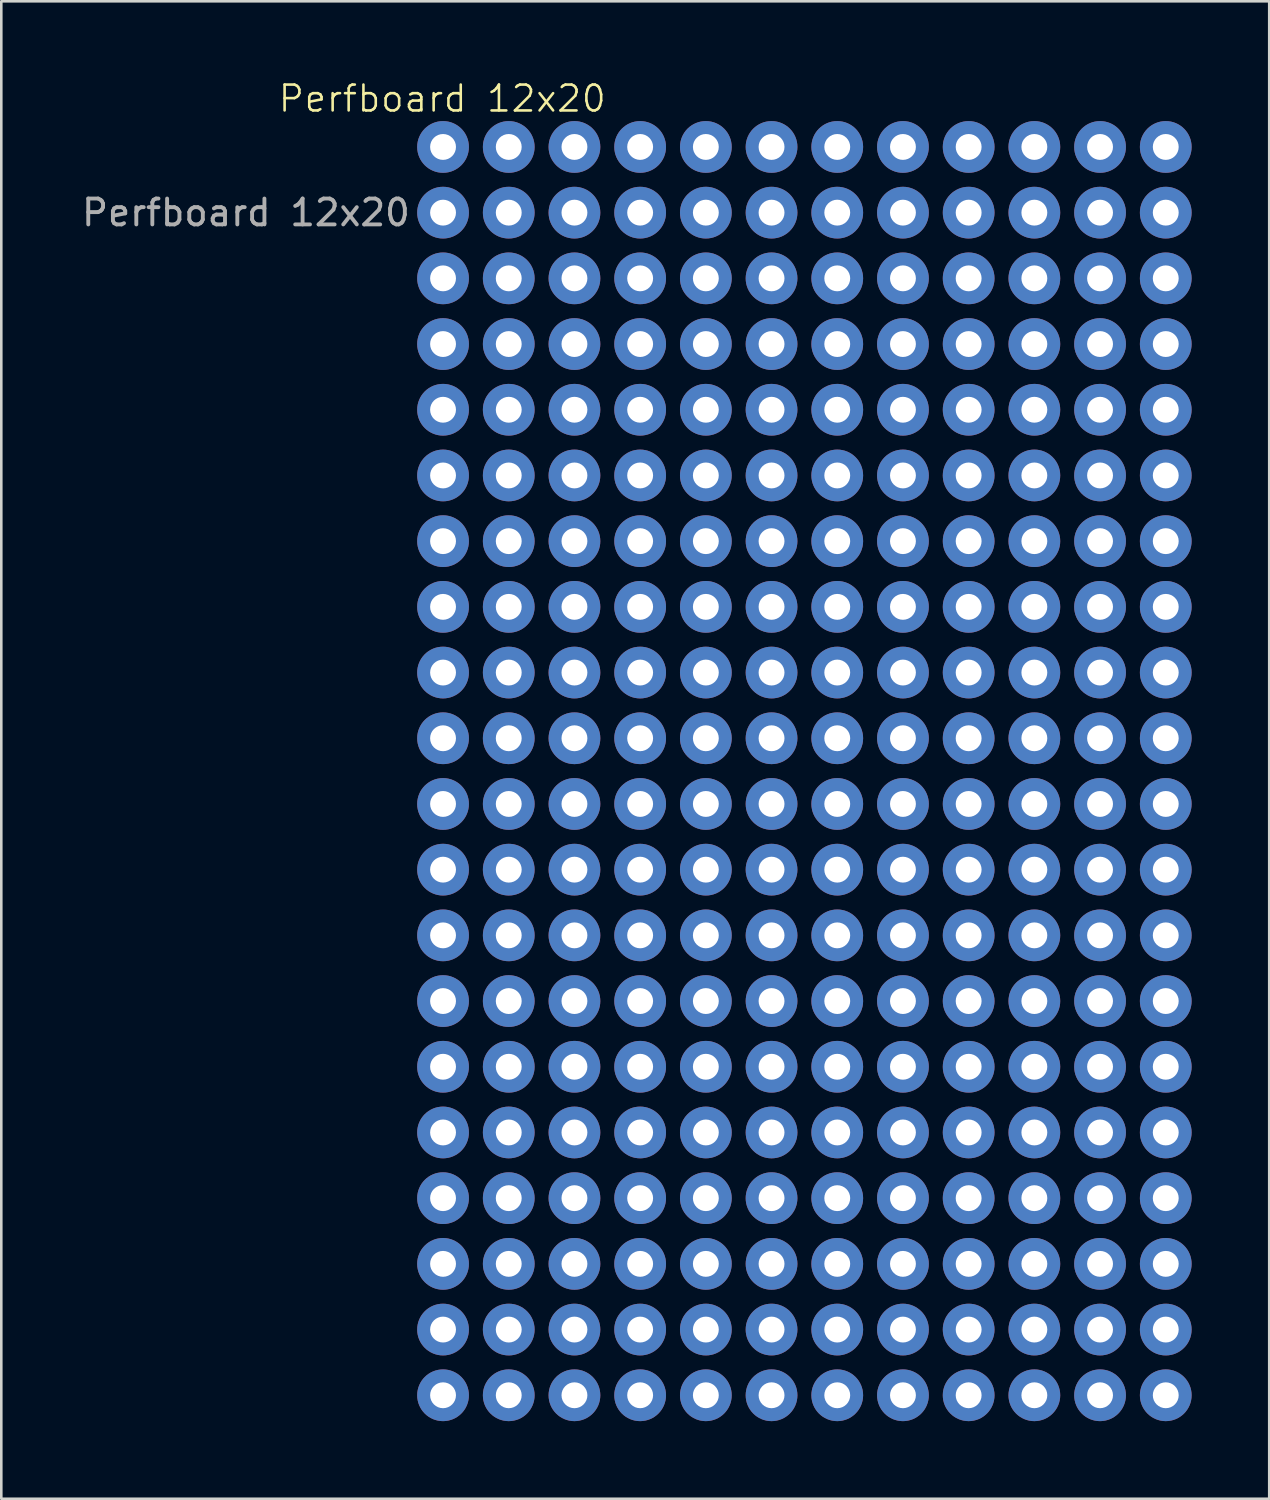
<source format=kicad_pcb>
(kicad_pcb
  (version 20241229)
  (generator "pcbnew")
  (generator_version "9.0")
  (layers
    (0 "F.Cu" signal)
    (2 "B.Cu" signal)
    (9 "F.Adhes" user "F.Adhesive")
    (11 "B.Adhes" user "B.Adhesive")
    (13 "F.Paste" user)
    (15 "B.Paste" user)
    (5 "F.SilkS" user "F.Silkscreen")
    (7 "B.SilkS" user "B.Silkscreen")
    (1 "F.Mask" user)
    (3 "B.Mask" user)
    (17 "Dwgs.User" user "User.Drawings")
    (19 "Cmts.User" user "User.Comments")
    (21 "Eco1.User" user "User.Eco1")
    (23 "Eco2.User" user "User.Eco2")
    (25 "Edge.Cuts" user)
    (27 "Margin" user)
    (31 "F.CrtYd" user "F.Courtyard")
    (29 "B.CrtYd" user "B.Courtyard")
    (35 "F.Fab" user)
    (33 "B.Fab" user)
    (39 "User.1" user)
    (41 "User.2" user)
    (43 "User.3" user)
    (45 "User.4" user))
  (footprint "Perfboard 12x20"
    (layer "F.Cu")
    (at 14.078 2.631)
    (property "Reference" "Perfboard 12x20" (at -0.03 -1.87 0) (unlocked yes) (layer "F.SilkS") (effects (font (size 1 1) (thickness 0.1))))
    (attr smd)
    (fp_text user "${REFERENCE}" (at -7.62 2.54 0) (unlocked yes) (layer "F.Fab") (effects (font (size 1 1) (thickness 0.15))))
    (pad "" thru_hole circle (at 0 0) (size 2 2) (drill 1) (layers "*.Cu" "*.Mask"))
    (pad "" thru_hole circle (at 0 2.54) (size 2 2) (drill 1) (layers "*.Cu" "*.Mask"))
    (pad "" thru_hole circle (at 0 5.08) (size 2 2) (drill 1) (layers "*.Cu" "*.Mask"))
    (pad "" thru_hole circle (at 0 7.62) (size 2 2) (drill 1) (layers "*.Cu" "*.Mask"))
    (pad "" thru_hole circle (at 0 10.16) (size 2 2) (drill 1) (layers "*.Cu" "*.Mask"))
    (pad "" thru_hole circle (at 0 12.7) (size 2 2) (drill 1) (layers "*.Cu" "*.Mask"))
    (pad "" thru_hole circle (at 0 15.24) (size 2 2) (drill 1) (layers "*.Cu" "*.Mask"))
    (pad "" thru_hole circle (at 0 17.78) (size 2 2) (drill 1) (layers "*.Cu" "*.Mask"))
    (pad "" thru_hole circle (at 0 20.32) (size 2 2) (drill 1) (layers "*.Cu" "*.Mask"))
    (pad "" thru_hole circle (at 0 22.86) (size 2 2) (drill 1) (layers "*.Cu" "*.Mask"))
    (pad "" thru_hole circle (at 0 25.4) (size 2 2) (drill 1) (layers "*.Cu" "*.Mask"))
    (pad "" thru_hole circle (at 0 27.94) (size 2 2) (drill 1) (layers "*.Cu" "*.Mask"))
    (pad "" thru_hole circle (at 0 30.48) (size 2 2) (drill 1) (layers "*.Cu" "*.Mask"))
    (pad "" thru_hole circle (at 0 33.02) (size 2 2) (drill 1) (layers "*.Cu" "*.Mask"))
    (pad "" thru_hole circle (at 0 35.56) (size 2 2) (drill 1) (layers "*.Cu" "*.Mask"))
    (pad "" thru_hole circle (at 0 38.1) (size 2 2) (drill 1) (layers "*.Cu" "*.Mask"))
    (pad "" thru_hole circle (at 0 40.64) (size 2 2) (drill 1) (layers "*.Cu" "*.Mask"))
    (pad "" thru_hole circle (at 0 43.18) (size 2 2) (drill 1) (layers "*.Cu" "*.Mask"))
    (pad "" thru_hole circle (at 0 45.72) (size 2 2) (drill 1) (layers "*.Cu" "*.Mask"))
    (pad "" thru_hole circle (at 0 48.26) (size 2 2) (drill 1) (layers "*.Cu" "*.Mask"))
    (pad "" thru_hole circle (at 2.54 0) (size 2 2) (drill 1) (layers "*.Cu" "*.Mask"))
    (pad "" thru_hole circle (at 2.54 2.54) (size 2 2) (drill 1) (layers "*.Cu" "*.Mask"))
    (pad "" thru_hole circle (at 2.54 5.08) (size 2 2) (drill 1) (layers "*.Cu" "*.Mask"))
    (pad "" thru_hole circle (at 2.54 7.62) (size 2 2) (drill 1) (layers "*.Cu" "*.Mask"))
    (pad "" thru_hole circle (at 2.54 10.16) (size 2 2) (drill 1) (layers "*.Cu" "*.Mask"))
    (pad "" thru_hole circle (at 2.54 12.7) (size 2 2) (drill 1) (layers "*.Cu" "*.Mask"))
    (pad "" thru_hole circle (at 2.54 15.24) (size 2 2) (drill 1) (layers "*.Cu" "*.Mask"))
    (pad "" thru_hole circle (at 2.54 17.78) (size 2 2) (drill 1) (layers "*.Cu" "*.Mask"))
    (pad "" thru_hole circle (at 2.54 20.32) (size 2 2) (drill 1) (layers "*.Cu" "*.Mask"))
    (pad "" thru_hole circle (at 2.54 22.86) (size 2 2) (drill 1) (layers "*.Cu" "*.Mask"))
    (pad "" thru_hole circle (at 2.54 25.4) (size 2 2) (drill 1) (layers "*.Cu" "*.Mask"))
    (pad "" thru_hole circle (at 2.54 27.94) (size 2 2) (drill 1) (layers "*.Cu" "*.Mask"))
    (pad "" thru_hole circle (at 2.54 30.48) (size 2 2) (drill 1) (layers "*.Cu" "*.Mask"))
    (pad "" thru_hole circle (at 2.54 33.02) (size 2 2) (drill 1) (layers "*.Cu" "*.Mask"))
    (pad "" thru_hole circle (at 2.54 35.56) (size 2 2) (drill 1) (layers "*.Cu" "*.Mask"))
    (pad "" thru_hole circle (at 2.54 38.1) (size 2 2) (drill 1) (layers "*.Cu" "*.Mask"))
    (pad "" thru_hole circle (at 2.54 40.64) (size 2 2) (drill 1) (layers "*.Cu" "*.Mask"))
    (pad "" thru_hole circle (at 2.54 43.18) (size 2 2) (drill 1) (layers "*.Cu" "*.Mask"))
    (pad "" thru_hole circle (at 2.54 45.72) (size 2 2) (drill 1) (layers "*.Cu" "*.Mask"))
    (pad "" thru_hole circle (at 2.54 48.26) (size 2 2) (drill 1) (layers "*.Cu" "*.Mask"))
    (pad "" thru_hole circle (at 5.08 0) (size 2 2) (drill 1) (layers "*.Cu" "*.Mask"))
    (pad "" thru_hole circle (at 5.08 2.54) (size 2 2) (drill 1) (layers "*.Cu" "*.Mask"))
    (pad "" thru_hole circle (at 5.08 5.08) (size 2 2) (drill 1) (layers "*.Cu" "*.Mask"))
    (pad "" thru_hole circle (at 5.08 7.62) (size 2 2) (drill 1) (layers "*.Cu" "*.Mask"))
    (pad "" thru_hole circle (at 5.08 10.16) (size 2 2) (drill 1) (layers "*.Cu" "*.Mask"))
    (pad "" thru_hole circle (at 5.08 12.7) (size 2 2) (drill 1) (layers "*.Cu" "*.Mask"))
    (pad "" thru_hole circle (at 5.08 15.24) (size 2 2) (drill 1) (layers "*.Cu" "*.Mask"))
    (pad "" thru_hole circle (at 5.08 17.78) (size 2 2) (drill 1) (layers "*.Cu" "*.Mask"))
    (pad "" thru_hole circle (at 5.08 20.32) (size 2 2) (drill 1) (layers "*.Cu" "*.Mask"))
    (pad "" thru_hole circle (at 5.08 22.86) (size 2 2) (drill 1) (layers "*.Cu" "*.Mask"))
    (pad "" thru_hole circle (at 5.08 25.4) (size 2 2) (drill 1) (layers "*.Cu" "*.Mask"))
    (pad "" thru_hole circle (at 5.08 27.94) (size 2 2) (drill 1) (layers "*.Cu" "*.Mask"))
    (pad "" thru_hole circle (at 5.08 30.48) (size 2 2) (drill 1) (layers "*.Cu" "*.Mask"))
    (pad "" thru_hole circle (at 5.08 33.02) (size 2 2) (drill 1) (layers "*.Cu" "*.Mask"))
    (pad "" thru_hole circle (at 5.08 35.56) (size 2 2) (drill 1) (layers "*.Cu" "*.Mask"))
    (pad "" thru_hole circle (at 5.08 38.1) (size 2 2) (drill 1) (layers "*.Cu" "*.Mask"))
    (pad "" thru_hole circle (at 5.08 40.64) (size 2 2) (drill 1) (layers "*.Cu" "*.Mask"))
    (pad "" thru_hole circle (at 5.08 43.18) (size 2 2) (drill 1) (layers "*.Cu" "*.Mask"))
    (pad "" thru_hole circle (at 5.08 45.72) (size 2 2) (drill 1) (layers "*.Cu" "*.Mask"))
    (pad "" thru_hole circle (at 5.08 48.26) (size 2 2) (drill 1) (layers "*.Cu" "*.Mask"))
    (pad "" thru_hole circle (at 7.62 0) (size 2 2) (drill 1) (layers "*.Cu" "*.Mask"))
    (pad "" thru_hole circle (at 7.62 2.54) (size 2 2) (drill 1) (layers "*.Cu" "*.Mask"))
    (pad "" thru_hole circle (at 7.62 5.08) (size 2 2) (drill 1) (layers "*.Cu" "*.Mask"))
    (pad "" thru_hole circle (at 7.62 7.62) (size 2 2) (drill 1) (layers "*.Cu" "*.Mask"))
    (pad "" thru_hole circle (at 7.62 10.16) (size 2 2) (drill 1) (layers "*.Cu" "*.Mask"))
    (pad "" thru_hole circle (at 7.62 12.7) (size 2 2) (drill 1) (layers "*.Cu" "*.Mask"))
    (pad "" thru_hole circle (at 7.62 15.24) (size 2 2) (drill 1) (layers "*.Cu" "*.Mask"))
    (pad "" thru_hole circle (at 7.62 17.78) (size 2 2) (drill 1) (layers "*.Cu" "*.Mask"))
    (pad "" thru_hole circle (at 7.62 20.32) (size 2 2) (drill 1) (layers "*.Cu" "*.Mask"))
    (pad "" thru_hole circle (at 7.62 22.86) (size 2 2) (drill 1) (layers "*.Cu" "*.Mask"))
    (pad "" thru_hole circle (at 7.62 25.4) (size 2 2) (drill 1) (layers "*.Cu" "*.Mask"))
    (pad "" thru_hole circle (at 7.62 27.94) (size 2 2) (drill 1) (layers "*.Cu" "*.Mask"))
    (pad "" thru_hole circle (at 7.62 30.48) (size 2 2) (drill 1) (layers "*.Cu" "*.Mask"))
    (pad "" thru_hole circle (at 7.62 33.02) (size 2 2) (drill 1) (layers "*.Cu" "*.Mask"))
    (pad "" thru_hole circle (at 7.62 35.56) (size 2 2) (drill 1) (layers "*.Cu" "*.Mask"))
    (pad "" thru_hole circle (at 7.62 38.1) (size 2 2) (drill 1) (layers "*.Cu" "*.Mask"))
    (pad "" thru_hole circle (at 7.62 40.64) (size 2 2) (drill 1) (layers "*.Cu" "*.Mask"))
    (pad "" thru_hole circle (at 7.62 43.18) (size 2 2) (drill 1) (layers "*.Cu" "*.Mask"))
    (pad "" thru_hole circle (at 7.62 45.72) (size 2 2) (drill 1) (layers "*.Cu" "*.Mask"))
    (pad "" thru_hole circle (at 7.62 48.26) (size 2 2) (drill 1) (layers "*.Cu" "*.Mask"))
    (pad "" thru_hole circle (at 10.16 0) (size 2 2) (drill 1) (layers "*.Cu" "*.Mask"))
    (pad "" thru_hole circle (at 10.16 2.54) (size 2 2) (drill 1) (layers "*.Cu" "*.Mask"))
    (pad "" thru_hole circle (at 10.16 5.08) (size 2 2) (drill 1) (layers "*.Cu" "*.Mask"))
    (pad "" thru_hole circle (at 10.16 7.62) (size 2 2) (drill 1) (layers "*.Cu" "*.Mask"))
    (pad "" thru_hole circle (at 10.16 10.16) (size 2 2) (drill 1) (layers "*.Cu" "*.Mask"))
    (pad "" thru_hole circle (at 10.16 12.7) (size 2 2) (drill 1) (layers "*.Cu" "*.Mask"))
    (pad "" thru_hole circle (at 10.16 15.24) (size 2 2) (drill 1) (layers "*.Cu" "*.Mask"))
    (pad "" thru_hole circle (at 10.16 17.78) (size 2 2) (drill 1) (layers "*.Cu" "*.Mask"))
    (pad "" thru_hole circle (at 10.16 20.32) (size 2 2) (drill 1) (layers "*.Cu" "*.Mask"))
    (pad "" thru_hole circle (at 10.16 22.86) (size 2 2) (drill 1) (layers "*.Cu" "*.Mask"))
    (pad "" thru_hole circle (at 10.16 25.4) (size 2 2) (drill 1) (layers "*.Cu" "*.Mask"))
    (pad "" thru_hole circle (at 10.16 27.94) (size 2 2) (drill 1) (layers "*.Cu" "*.Mask"))
    (pad "" thru_hole circle (at 10.16 30.48) (size 2 2) (drill 1) (layers "*.Cu" "*.Mask"))
    (pad "" thru_hole circle (at 10.16 33.02) (size 2 2) (drill 1) (layers "*.Cu" "*.Mask"))
    (pad "" thru_hole circle (at 10.16 35.56) (size 2 2) (drill 1) (layers "*.Cu" "*.Mask"))
    (pad "" thru_hole circle (at 10.16 38.1) (size 2 2) (drill 1) (layers "*.Cu" "*.Mask"))
    (pad "" thru_hole circle (at 10.16 40.64) (size 2 2) (drill 1) (layers "*.Cu" "*.Mask"))
    (pad "" thru_hole circle (at 10.16 43.18) (size 2 2) (drill 1) (layers "*.Cu" "*.Mask"))
    (pad "" thru_hole circle (at 10.16 45.72) (size 2 2) (drill 1) (layers "*.Cu" "*.Mask"))
    (pad "" thru_hole circle (at 10.16 48.26) (size 2 2) (drill 1) (layers "*.Cu" "*.Mask"))
    (pad "" thru_hole circle (at 12.7 0) (size 2 2) (drill 1) (layers "*.Cu" "*.Mask"))
    (pad "" thru_hole circle (at 12.7 2.54) (size 2 2) (drill 1) (layers "*.Cu" "*.Mask"))
    (pad "" thru_hole circle (at 12.7 5.08) (size 2 2) (drill 1) (layers "*.Cu" "*.Mask"))
    (pad "" thru_hole circle (at 12.7 7.62) (size 2 2) (drill 1) (layers "*.Cu" "*.Mask"))
    (pad "" thru_hole circle (at 12.7 10.16) (size 2 2) (drill 1) (layers "*.Cu" "*.Mask"))
    (pad "" thru_hole circle (at 12.7 12.7) (size 2 2) (drill 1) (layers "*.Cu" "*.Mask"))
    (pad "" thru_hole circle (at 12.7 15.24) (size 2 2) (drill 1) (layers "*.Cu" "*.Mask"))
    (pad "" thru_hole circle (at 12.7 17.78) (size 2 2) (drill 1) (layers "*.Cu" "*.Mask"))
    (pad "" thru_hole circle (at 12.7 20.32) (size 2 2) (drill 1) (layers "*.Cu" "*.Mask"))
    (pad "" thru_hole circle (at 12.7 22.86) (size 2 2) (drill 1) (layers "*.Cu" "*.Mask"))
    (pad "" thru_hole circle (at 12.7 25.4) (size 2 2) (drill 1) (layers "*.Cu" "*.Mask"))
    (pad "" thru_hole circle (at 12.7 27.94) (size 2 2) (drill 1) (layers "*.Cu" "*.Mask"))
    (pad "" thru_hole circle (at 12.7 30.48) (size 2 2) (drill 1) (layers "*.Cu" "*.Mask"))
    (pad "" thru_hole circle (at 12.7 33.02) (size 2 2) (drill 1) (layers "*.Cu" "*.Mask"))
    (pad "" thru_hole circle (at 12.7 35.56) (size 2 2) (drill 1) (layers "*.Cu" "*.Mask"))
    (pad "" thru_hole circle (at 12.7 38.1) (size 2 2) (drill 1) (layers "*.Cu" "*.Mask"))
    (pad "" thru_hole circle (at 12.7 40.64) (size 2 2) (drill 1) (layers "*.Cu" "*.Mask"))
    (pad "" thru_hole circle (at 12.7 43.18) (size 2 2) (drill 1) (layers "*.Cu" "*.Mask"))
    (pad "" thru_hole circle (at 12.7 45.72) (size 2 2) (drill 1) (layers "*.Cu" "*.Mask"))
    (pad "" thru_hole circle (at 12.7 48.26) (size 2 2) (drill 1) (layers "*.Cu" "*.Mask"))
    (pad "" thru_hole circle (at 15.24 0) (size 2 2) (drill 1) (layers "*.Cu" "*.Mask"))
    (pad "" thru_hole circle (at 15.24 2.54) (size 2 2) (drill 1) (layers "*.Cu" "*.Mask"))
    (pad "" thru_hole circle (at 15.24 5.08) (size 2 2) (drill 1) (layers "*.Cu" "*.Mask"))
    (pad "" thru_hole circle (at 15.24 7.62) (size 2 2) (drill 1) (layers "*.Cu" "*.Mask"))
    (pad "" thru_hole circle (at 15.24 10.16) (size 2 2) (drill 1) (layers "*.Cu" "*.Mask"))
    (pad "" thru_hole circle (at 15.24 12.7) (size 2 2) (drill 1) (layers "*.Cu" "*.Mask"))
    (pad "" thru_hole circle (at 15.24 15.24) (size 2 2) (drill 1) (layers "*.Cu" "*.Mask"))
    (pad "" thru_hole circle (at 15.24 17.78) (size 2 2) (drill 1) (layers "*.Cu" "*.Mask"))
    (pad "" thru_hole circle (at 15.24 20.32) (size 2 2) (drill 1) (layers "*.Cu" "*.Mask"))
    (pad "" thru_hole circle (at 15.24 22.86) (size 2 2) (drill 1) (layers "*.Cu" "*.Mask"))
    (pad "" thru_hole circle (at 15.24 25.4) (size 2 2) (drill 1) (layers "*.Cu" "*.Mask"))
    (pad "" thru_hole circle (at 15.24 27.94) (size 2 2) (drill 1) (layers "*.Cu" "*.Mask"))
    (pad "" thru_hole circle (at 15.24 30.48) (size 2 2) (drill 1) (layers "*.Cu" "*.Mask"))
    (pad "" thru_hole circle (at 15.24 33.02) (size 2 2) (drill 1) (layers "*.Cu" "*.Mask"))
    (pad "" thru_hole circle (at 15.24 35.56) (size 2 2) (drill 1) (layers "*.Cu" "*.Mask"))
    (pad "" thru_hole circle (at 15.24 38.1) (size 2 2) (drill 1) (layers "*.Cu" "*.Mask"))
    (pad "" thru_hole circle (at 15.24 40.64) (size 2 2) (drill 1) (layers "*.Cu" "*.Mask"))
    (pad "" thru_hole circle (at 15.24 43.18) (size 2 2) (drill 1) (layers "*.Cu" "*.Mask"))
    (pad "" thru_hole circle (at 15.24 45.72) (size 2 2) (drill 1) (layers "*.Cu" "*.Mask"))
    (pad "" thru_hole circle (at 15.24 48.26) (size 2 2) (drill 1) (layers "*.Cu" "*.Mask"))
    (pad "" thru_hole circle (at 17.78 0) (size 2 2) (drill 1) (layers "*.Cu" "*.Mask"))
    (pad "" thru_hole circle (at 17.78 2.54) (size 2 2) (drill 1) (layers "*.Cu" "*.Mask"))
    (pad "" thru_hole circle (at 17.78 5.08) (size 2 2) (drill 1) (layers "*.Cu" "*.Mask"))
    (pad "" thru_hole circle (at 17.78 7.62) (size 2 2) (drill 1) (layers "*.Cu" "*.Mask"))
    (pad "" thru_hole circle (at 17.78 10.16) (size 2 2) (drill 1) (layers "*.Cu" "*.Mask"))
    (pad "" thru_hole circle (at 17.78 12.7) (size 2 2) (drill 1) (layers "*.Cu" "*.Mask"))
    (pad "" thru_hole circle (at 17.78 15.24) (size 2 2) (drill 1) (layers "*.Cu" "*.Mask"))
    (pad "" thru_hole circle (at 17.78 17.78) (size 2 2) (drill 1) (layers "*.Cu" "*.Mask"))
    (pad "" thru_hole circle (at 17.78 20.32) (size 2 2) (drill 1) (layers "*.Cu" "*.Mask"))
    (pad "" thru_hole circle (at 17.78 22.86) (size 2 2) (drill 1) (layers "*.Cu" "*.Mask"))
    (pad "" thru_hole circle (at 17.78 25.4) (size 2 2) (drill 1) (layers "*.Cu" "*.Mask"))
    (pad "" thru_hole circle (at 17.78 27.94) (size 2 2) (drill 1) (layers "*.Cu" "*.Mask"))
    (pad "" thru_hole circle (at 17.78 30.48) (size 2 2) (drill 1) (layers "*.Cu" "*.Mask"))
    (pad "" thru_hole circle (at 17.78 33.02) (size 2 2) (drill 1) (layers "*.Cu" "*.Mask"))
    (pad "" thru_hole circle (at 17.78 35.56) (size 2 2) (drill 1) (layers "*.Cu" "*.Mask"))
    (pad "" thru_hole circle (at 17.78 38.1) (size 2 2) (drill 1) (layers "*.Cu" "*.Mask"))
    (pad "" thru_hole circle (at 17.78 40.64) (size 2 2) (drill 1) (layers "*.Cu" "*.Mask"))
    (pad "" thru_hole circle (at 17.78 43.18) (size 2 2) (drill 1) (layers "*.Cu" "*.Mask"))
    (pad "" thru_hole circle (at 17.78 45.72) (size 2 2) (drill 1) (layers "*.Cu" "*.Mask"))
    (pad "" thru_hole circle (at 17.78 48.26) (size 2 2) (drill 1) (layers "*.Cu" "*.Mask"))
    (pad "" thru_hole circle (at 20.32 0) (size 2 2) (drill 1) (layers "*.Cu" "*.Mask"))
    (pad "" thru_hole circle (at 20.32 2.54) (size 2 2) (drill 1) (layers "*.Cu" "*.Mask"))
    (pad "" thru_hole circle (at 20.32 5.08) (size 2 2) (drill 1) (layers "*.Cu" "*.Mask"))
    (pad "" thru_hole circle (at 20.32 7.62) (size 2 2) (drill 1) (layers "*.Cu" "*.Mask"))
    (pad "" thru_hole circle (at 20.32 10.16) (size 2 2) (drill 1) (layers "*.Cu" "*.Mask"))
    (pad "" thru_hole circle (at 20.32 12.7) (size 2 2) (drill 1) (layers "*.Cu" "*.Mask"))
    (pad "" thru_hole circle (at 20.32 15.24) (size 2 2) (drill 1) (layers "*.Cu" "*.Mask"))
    (pad "" thru_hole circle (at 20.32 17.78) (size 2 2) (drill 1) (layers "*.Cu" "*.Mask"))
    (pad "" thru_hole circle (at 20.32 20.32) (size 2 2) (drill 1) (layers "*.Cu" "*.Mask"))
    (pad "" thru_hole circle (at 20.32 22.86) (size 2 2) (drill 1) (layers "*.Cu" "*.Mask"))
    (pad "" thru_hole circle (at 20.32 25.4) (size 2 2) (drill 1) (layers "*.Cu" "*.Mask"))
    (pad "" thru_hole circle (at 20.32 27.94) (size 2 2) (drill 1) (layers "*.Cu" "*.Mask"))
    (pad "" thru_hole circle (at 20.32 30.48) (size 2 2) (drill 1) (layers "*.Cu" "*.Mask"))
    (pad "" thru_hole circle (at 20.32 33.02) (size 2 2) (drill 1) (layers "*.Cu" "*.Mask"))
    (pad "" thru_hole circle (at 20.32 35.56) (size 2 2) (drill 1) (layers "*.Cu" "*.Mask"))
    (pad "" thru_hole circle (at 20.32 38.1) (size 2 2) (drill 1) (layers "*.Cu" "*.Mask"))
    (pad "" thru_hole circle (at 20.32 40.64) (size 2 2) (drill 1) (layers "*.Cu" "*.Mask"))
    (pad "" thru_hole circle (at 20.32 43.18) (size 2 2) (drill 1) (layers "*.Cu" "*.Mask"))
    (pad "" thru_hole circle (at 20.32 45.72) (size 2 2) (drill 1) (layers "*.Cu" "*.Mask"))
    (pad "" thru_hole circle (at 20.32 48.26) (size 2 2) (drill 1) (layers "*.Cu" "*.Mask"))
    (pad "" thru_hole circle (at 22.86 0) (size 2 2) (drill 1) (layers "*.Cu" "*.Mask"))
    (pad "" thru_hole circle (at 22.86 2.54) (size 2 2) (drill 1) (layers "*.Cu" "*.Mask"))
    (pad "" thru_hole circle (at 22.86 5.08) (size 2 2) (drill 1) (layers "*.Cu" "*.Mask"))
    (pad "" thru_hole circle (at 22.86 7.62) (size 2 2) (drill 1) (layers "*.Cu" "*.Mask"))
    (pad "" thru_hole circle (at 22.86 10.16) (size 2 2) (drill 1) (layers "*.Cu" "*.Mask"))
    (pad "" thru_hole circle (at 22.86 12.7) (size 2 2) (drill 1) (layers "*.Cu" "*.Mask"))
    (pad "" thru_hole circle (at 22.86 15.24) (size 2 2) (drill 1) (layers "*.Cu" "*.Mask"))
    (pad "" thru_hole circle (at 22.86 17.78) (size 2 2) (drill 1) (layers "*.Cu" "*.Mask"))
    (pad "" thru_hole circle (at 22.86 20.32) (size 2 2) (drill 1) (layers "*.Cu" "*.Mask"))
    (pad "" thru_hole circle (at 22.86 22.86) (size 2 2) (drill 1) (layers "*.Cu" "*.Mask"))
    (pad "" thru_hole circle (at 22.86 25.4) (size 2 2) (drill 1) (layers "*.Cu" "*.Mask"))
    (pad "" thru_hole circle (at 22.86 27.94) (size 2 2) (drill 1) (layers "*.Cu" "*.Mask"))
    (pad "" thru_hole circle (at 22.86 30.48) (size 2 2) (drill 1) (layers "*.Cu" "*.Mask"))
    (pad "" thru_hole circle (at 22.86 33.02) (size 2 2) (drill 1) (layers "*.Cu" "*.Mask"))
    (pad "" thru_hole circle (at 22.86 35.56) (size 2 2) (drill 1) (layers "*.Cu" "*.Mask"))
    (pad "" thru_hole circle (at 22.86 38.1) (size 2 2) (drill 1) (layers "*.Cu" "*.Mask"))
    (pad "" thru_hole circle (at 22.86 40.64) (size 2 2) (drill 1) (layers "*.Cu" "*.Mask"))
    (pad "" thru_hole circle (at 22.86 43.18) (size 2 2) (drill 1) (layers "*.Cu" "*.Mask"))
    (pad "" thru_hole circle (at 22.86 45.72) (size 2 2) (drill 1) (layers "*.Cu" "*.Mask"))
    (pad "" thru_hole circle (at 22.86 48.26) (size 2 2) (drill 1) (layers "*.Cu" "*.Mask"))
    (pad "" thru_hole circle (at 25.4 0) (size 2 2) (drill 1) (layers "*.Cu" "*.Mask"))
    (pad "" thru_hole circle (at 25.4 2.54) (size 2 2) (drill 1) (layers "*.Cu" "*.Mask"))
    (pad "" thru_hole circle (at 25.4 5.08) (size 2 2) (drill 1) (layers "*.Cu" "*.Mask"))
    (pad "" thru_hole circle (at 25.4 7.62) (size 2 2) (drill 1) (layers "*.Cu" "*.Mask"))
    (pad "" thru_hole circle (at 25.4 10.16) (size 2 2) (drill 1) (layers "*.Cu" "*.Mask"))
    (pad "" thru_hole circle (at 25.4 12.7) (size 2 2) (drill 1) (layers "*.Cu" "*.Mask"))
    (pad "" thru_hole circle (at 25.4 15.24) (size 2 2) (drill 1) (layers "*.Cu" "*.Mask"))
    (pad "" thru_hole circle (at 25.4 17.78) (size 2 2) (drill 1) (layers "*.Cu" "*.Mask"))
    (pad "" thru_hole circle (at 25.4 20.32) (size 2 2) (drill 1) (layers "*.Cu" "*.Mask"))
    (pad "" thru_hole circle (at 25.4 22.86) (size 2 2) (drill 1) (layers "*.Cu" "*.Mask"))
    (pad "" thru_hole circle (at 25.4 25.4) (size 2 2) (drill 1) (layers "*.Cu" "*.Mask"))
    (pad "" thru_hole circle (at 25.4 27.94) (size 2 2) (drill 1) (layers "*.Cu" "*.Mask"))
    (pad "" thru_hole circle (at 25.4 30.48) (size 2 2) (drill 1) (layers "*.Cu" "*.Mask"))
    (pad "" thru_hole circle (at 25.4 33.02) (size 2 2) (drill 1) (layers "*.Cu" "*.Mask"))
    (pad "" thru_hole circle (at 25.4 35.56) (size 2 2) (drill 1) (layers "*.Cu" "*.Mask"))
    (pad "" thru_hole circle (at 25.4 38.1) (size 2 2) (drill 1) (layers "*.Cu" "*.Mask"))
    (pad "" thru_hole circle (at 25.4 40.64) (size 2 2) (drill 1) (layers "*.Cu" "*.Mask"))
    (pad "" thru_hole circle (at 25.4 43.18) (size 2 2) (drill 1) (layers "*.Cu" "*.Mask"))
    (pad "" thru_hole circle (at 25.4 45.72) (size 2 2) (drill 1) (layers "*.Cu" "*.Mask"))
    (pad "" thru_hole circle (at 25.4 48.26) (size 2 2) (drill 1) (layers "*.Cu" "*.Mask"))
    (pad "" thru_hole circle (at 27.94 0) (size 2 2) (drill 1) (layers "*.Cu" "*.Mask"))
    (pad "" thru_hole circle (at 27.94 2.54) (size 2 2) (drill 1) (layers "*.Cu" "*.Mask"))
    (pad "" thru_hole circle (at 27.94 5.08) (size 2 2) (drill 1) (layers "*.Cu" "*.Mask"))
    (pad "" thru_hole circle (at 27.94 7.62) (size 2 2) (drill 1) (layers "*.Cu" "*.Mask"))
    (pad "" thru_hole circle (at 27.94 10.16) (size 2 2) (drill 1) (layers "*.Cu" "*.Mask"))
    (pad "" thru_hole circle (at 27.94 12.7) (size 2 2) (drill 1) (layers "*.Cu" "*.Mask"))
    (pad "" thru_hole circle (at 27.94 15.24) (size 2 2) (drill 1) (layers "*.Cu" "*.Mask"))
    (pad "" thru_hole circle (at 27.94 17.78) (size 2 2) (drill 1) (layers "*.Cu" "*.Mask"))
    (pad "" thru_hole circle (at 27.94 20.32) (size 2 2) (drill 1) (layers "*.Cu" "*.Mask"))
    (pad "" thru_hole circle (at 27.94 22.86) (size 2 2) (drill 1) (layers "*.Cu" "*.Mask"))
    (pad "" thru_hole circle (at 27.94 25.4) (size 2 2) (drill 1) (layers "*.Cu" "*.Mask"))
    (pad "" thru_hole circle (at 27.94 27.94) (size 2 2) (drill 1) (layers "*.Cu" "*.Mask"))
    (pad "" thru_hole circle (at 27.94 30.48) (size 2 2) (drill 1) (layers "*.Cu" "*.Mask"))
    (pad "" thru_hole circle (at 27.94 33.02) (size 2 2) (drill 1) (layers "*.Cu" "*.Mask"))
    (pad "" thru_hole circle (at 27.94 35.56) (size 2 2) (drill 1) (layers "*.Cu" "*.Mask"))
    (pad "" thru_hole circle (at 27.94 38.1) (size 2 2) (drill 1) (layers "*.Cu" "*.Mask"))
    (pad "" thru_hole circle (at 27.94 40.64) (size 2 2) (drill 1) (layers "*.Cu" "*.Mask"))
    (pad "" thru_hole circle (at 27.94 43.18) (size 2 2) (drill 1) (layers "*.Cu" "*.Mask"))
    (pad "" thru_hole circle (at 27.94 45.72) (size 2 2) (drill 1) (layers "*.Cu" "*.Mask"))
    (pad "" thru_hole circle (at 27.94 48.26) (size 2 2) (drill 1) (layers "*.Cu" "*.Mask")))
  (gr_rect
    (start -3 -3)
    (end 46.018 54.891)
    (stroke (width 0.1) (type default))
    (fill no)
    (layer "Edge.Cuts")))
</source>
